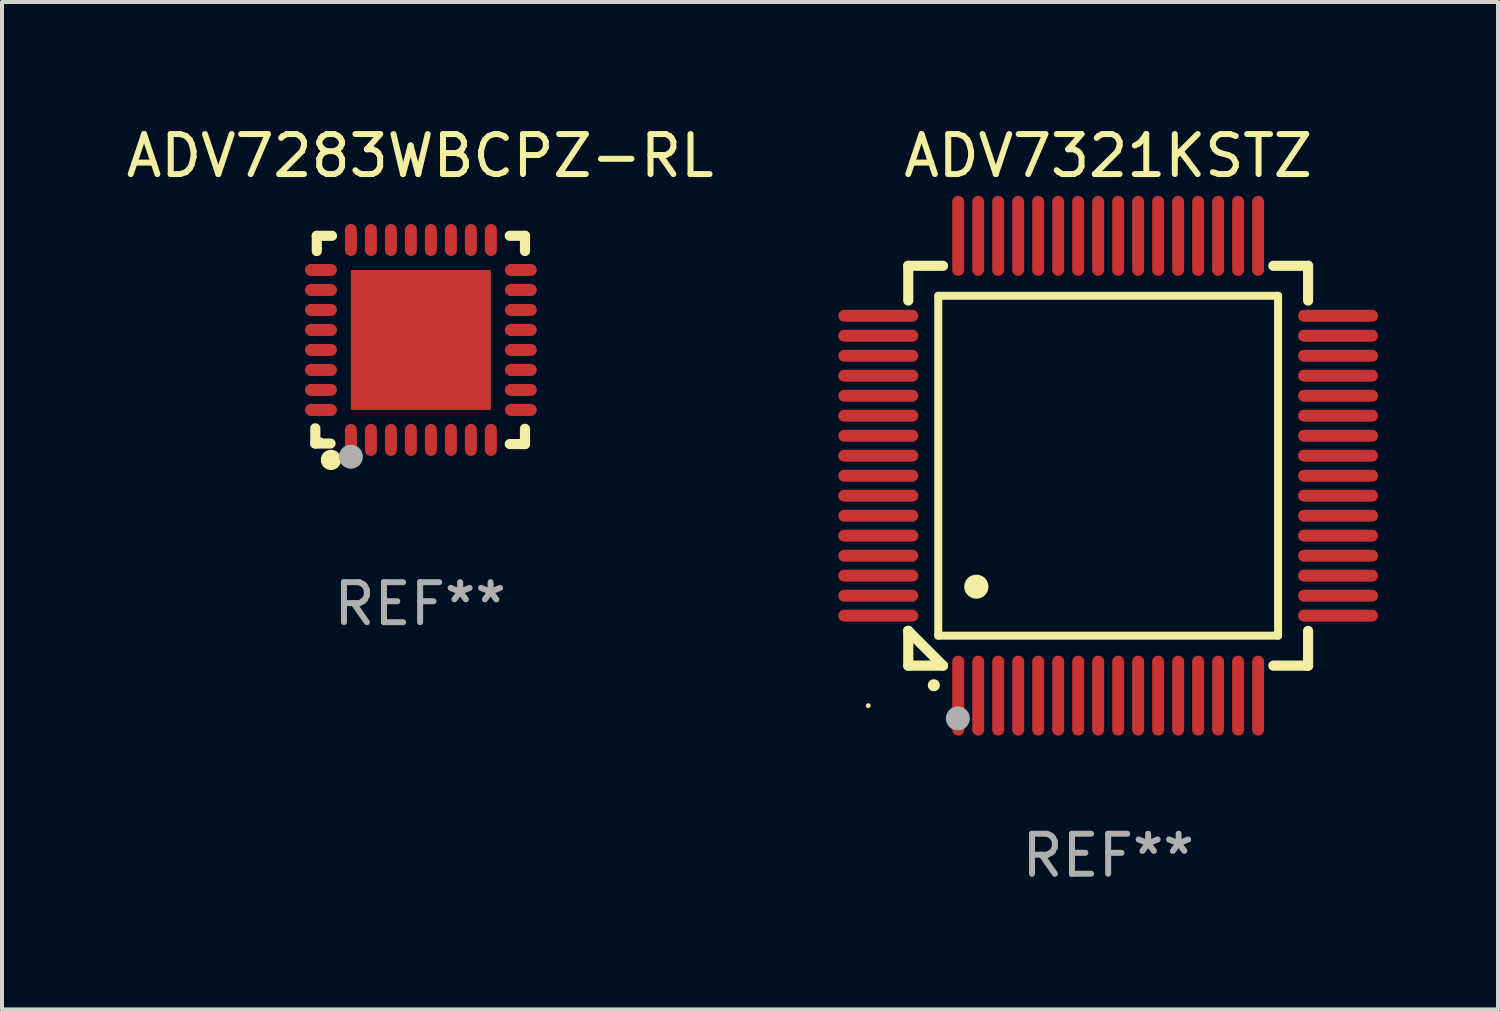
<source format=kicad_pcb>
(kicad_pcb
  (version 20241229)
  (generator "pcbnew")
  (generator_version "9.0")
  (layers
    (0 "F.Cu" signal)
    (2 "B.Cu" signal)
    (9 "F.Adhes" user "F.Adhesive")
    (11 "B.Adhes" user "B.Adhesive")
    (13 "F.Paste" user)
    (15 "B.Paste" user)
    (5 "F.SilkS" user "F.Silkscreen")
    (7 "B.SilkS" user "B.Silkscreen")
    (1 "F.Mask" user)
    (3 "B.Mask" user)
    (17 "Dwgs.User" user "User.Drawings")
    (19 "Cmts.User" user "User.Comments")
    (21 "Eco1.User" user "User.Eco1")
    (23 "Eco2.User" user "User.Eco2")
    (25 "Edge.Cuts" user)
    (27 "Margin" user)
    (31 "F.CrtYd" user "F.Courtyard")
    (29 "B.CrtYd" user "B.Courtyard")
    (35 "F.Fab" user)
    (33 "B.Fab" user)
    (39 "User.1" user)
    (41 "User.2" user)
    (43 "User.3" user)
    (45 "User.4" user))
  (footprint "ADV7321KSTZ"
    (layer "F.Cu")
    (at 24.666 8.598)
    (property "Reference" "ADV7321KSTZ" (at 0 -7.75 0) (layer "F.SilkS") (effects (font (size 1 1) (thickness 0.15))))
    (attr through_hole)
    (fp_line (start -5 -5) (end -4.131 -5) (stroke (width 0.254) (type solid)) (layer "F.SilkS"))
    (fp_line (start -5 -4.131) (end -5 -5) (stroke (width 0.254) (type solid)) (layer "F.SilkS"))
    (fp_line (start -5 4.131) (end -5 4.131) (stroke (width 0.254) (type solid)) (layer "F.SilkS"))
    (fp_line (start -5 5) (end -5 4.131) (stroke (width 0.254) (type solid)) (layer "F.SilkS"))
    (fp_line (start -5 4.131) (end -4.131 5) (stroke (width 0.254) (type solid)) (layer "F.SilkS"))
    (fp_line (start -4.25 -4.25) (end -4.25 4.25) (stroke (width 0.2) (type solid)) (layer "F.SilkS"))
    (fp_line (start -4.25 4.25) (end 4.25 4.25) (stroke (width 0.2) (type solid)) (layer "F.SilkS"))
    (fp_line (start -4.131 5) (end -5 5) (stroke (width 0.254) (type solid)) (layer "F.SilkS"))
    (fp_line (start 4.25 -4.25) (end -4.25 -4.25) (stroke (width 0.2) (type solid)) (layer "F.SilkS"))
    (fp_line (start 4.25 4.25) (end 4.25 -4.25) (stroke (width 0.2) (type solid)) (layer "F.SilkS"))
    (fp_line (start 5 -5) (end 4.131 -5) (stroke (width 0.254) (type solid)) (layer "F.SilkS"))
    (fp_line (start 5 -5) (end 5 -4.131) (stroke (width 0.254) (type solid)) (layer "F.SilkS"))
    (fp_line (start 5 4.131) (end 5 5) (stroke (width 0.254) (type solid)) (layer "F.SilkS"))
    (fp_line (start 5 5) (end 4.131 5) (stroke (width 0.254) (type solid)) (layer "F.SilkS"))
    (fp_arc (start -4.361265 5.489992) (mid -4.359995 5.489987) (end -4.358725 5.489992) (stroke (width 0.3) (type solid)) (layer "F.SilkS"))
    (fp_arc (start -3.299467 3.025146) (mid -3.296927 3.025135) (end -3.294387 3.025146) (stroke (width 0.6) (type solid)) (layer "F.SilkS"))
    (fp_circle (center -6 6) (end -5.97 6) (stroke (width 0.06) (type solid)) (fill no) (layer "F.SilkS"))
    (fp_circle (center -3.76 6.32) (end -3.61 6.32) (stroke (width 0.3) (type solid)) (fill no) (layer "F.Fab"))
    (fp_text user "REF**" (at 0 9.75 0) (layer "F.Fab") (effects (font (size 1 1) (thickness 0.15))))
    (pad "1" smd oval (at -3.75 5.75) (size 0.3 2) (layers "F.Cu" "F.Mask" "F.Paste"))
    (pad "2" smd oval (at -3.25 5.75) (size 0.3 2) (layers "F.Cu" "F.Mask" "F.Paste"))
    (pad "3" smd oval (at -2.75 5.75) (size 0.3 2) (layers "F.Cu" "F.Mask" "F.Paste"))
    (pad "4" smd oval (at -2.25 5.75) (size 0.3 2) (layers "F.Cu" "F.Mask" "F.Paste"))
    (pad "5" smd oval (at -1.75 5.75) (size 0.3 2) (layers "F.Cu" "F.Mask" "F.Paste"))
    (pad "6" smd oval (at -1.25 5.75) (size 0.3 2) (layers "F.Cu" "F.Mask" "F.Paste"))
    (pad "7" smd oval (at -0.75 5.75) (size 0.3 2) (layers "F.Cu" "F.Mask" "F.Paste"))
    (pad "8" smd oval (at -0.25 5.75) (size 0.3 2) (layers "F.Cu" "F.Mask" "F.Paste"))
    (pad "9" smd oval (at 0.25 5.75) (size 0.3 2) (layers "F.Cu" "F.Mask" "F.Paste"))
    (pad "10" smd oval (at 0.75 5.75) (size 0.3 2) (layers "F.Cu" "F.Mask" "F.Paste"))
    (pad "11" smd oval (at 1.25 5.75) (size 0.3 2) (layers "F.Cu" "F.Mask" "F.Paste"))
    (pad "12" smd oval (at 1.75 5.75) (size 0.3 2) (layers "F.Cu" "F.Mask" "F.Paste"))
    (pad "13" smd oval (at 2.25 5.75) (size 0.3 2) (layers "F.Cu" "F.Mask" "F.Paste"))
    (pad "14" smd oval (at 2.75 5.75) (size 0.3 2) (layers "F.Cu" "F.Mask" "F.Paste"))
    (pad "15" smd oval (at 3.25 5.75) (size 0.3 2) (layers "F.Cu" "F.Mask" "F.Paste"))
    (pad "16" smd oval (at 3.75 5.75) (size 0.3 2) (layers "F.Cu" "F.Mask" "F.Paste"))
    (pad "17" smd oval (at 5.75 3.75) (size 2 0.3) (layers "F.Cu" "F.Mask" "F.Paste"))
    (pad "18" smd oval (at 5.75 3.25) (size 2 0.3) (layers "F.Cu" "F.Mask" "F.Paste"))
    (pad "19" smd oval (at 5.75 2.75) (size 2 0.3) (layers "F.Cu" "F.Mask" "F.Paste"))
    (pad "20" smd oval (at 5.75 2.25) (size 2 0.3) (layers "F.Cu" "F.Mask" "F.Paste"))
    (pad "21" smd oval (at 5.75 1.75) (size 2 0.3) (layers "F.Cu" "F.Mask" "F.Paste"))
    (pad "22" smd oval (at 5.75 1.25) (size 2 0.3) (layers "F.Cu" "F.Mask" "F.Paste"))
    (pad "23" smd oval (at 5.75 0.75) (size 2 0.3) (layers "F.Cu" "F.Mask" "F.Paste"))
    (pad "24" smd oval (at 5.75 0.25) (size 2 0.3) (layers "F.Cu" "F.Mask" "F.Paste"))
    (pad "25" smd oval (at 5.75 -0.25) (size 2 0.3) (layers "F.Cu" "F.Mask" "F.Paste"))
    (pad "26" smd oval (at 5.75 -0.75) (size 2 0.3) (layers "F.Cu" "F.Mask" "F.Paste"))
    (pad "27" smd oval (at 5.75 -1.25) (size 2 0.3) (layers "F.Cu" "F.Mask" "F.Paste"))
    (pad "28" smd oval (at 5.75 -1.75) (size 2 0.3) (layers "F.Cu" "F.Mask" "F.Paste"))
    (pad "29" smd oval (at 5.75 -2.25) (size 2 0.3) (layers "F.Cu" "F.Mask" "F.Paste"))
    (pad "30" smd oval (at 5.75 -2.75) (size 2 0.3) (layers "F.Cu" "F.Mask" "F.Paste"))
    (pad "31" smd oval (at 5.75 -3.25) (size 2 0.3) (layers "F.Cu" "F.Mask" "F.Paste"))
    (pad "32" smd oval (at 5.75 -3.75) (size 2 0.3) (layers "F.Cu" "F.Mask" "F.Paste"))
    (pad "33" smd oval (at 3.75 -5.75) (size 0.3 2) (layers "F.Cu" "F.Mask" "F.Paste"))
    (pad "34" smd oval (at 3.25 -5.75) (size 0.3 2) (layers "F.Cu" "F.Mask" "F.Paste"))
    (pad "35" smd oval (at 2.75 -5.75) (size 0.3 2) (layers "F.Cu" "F.Mask" "F.Paste"))
    (pad "36" smd oval (at 2.25 -5.75) (size 0.3 2) (layers "F.Cu" "F.Mask" "F.Paste"))
    (pad "37" smd oval (at 1.75 -5.75) (size 0.3 2) (layers "F.Cu" "F.Mask" "F.Paste"))
    (pad "38" smd oval (at 1.25 -5.75) (size 0.3 2) (layers "F.Cu" "F.Mask" "F.Paste"))
    (pad "39" smd oval (at 0.75 -5.75) (size 0.3 2) (layers "F.Cu" "F.Mask" "F.Paste"))
    (pad "40" smd oval (at 0.25 -5.75) (size 0.3 2) (layers "F.Cu" "F.Mask" "F.Paste"))
    (pad "41" smd oval (at -0.25 -5.75) (size 0.3 2) (layers "F.Cu" "F.Mask" "F.Paste"))
    (pad "42" smd oval (at -0.75 -5.75) (size 0.3 2) (layers "F.Cu" "F.Mask" "F.Paste"))
    (pad "43" smd oval (at -1.25 -5.75) (size 0.3 2) (layers "F.Cu" "F.Mask" "F.Paste"))
    (pad "44" smd oval (at -1.75 -5.75) (size 0.3 2) (layers "F.Cu" "F.Mask" "F.Paste"))
    (pad "45" smd oval (at -2.25 -5.75) (size 0.3 2) (layers "F.Cu" "F.Mask" "F.Paste"))
    (pad "46" smd oval (at -2.75 -5.75) (size 0.3 2) (layers "F.Cu" "F.Mask" "F.Paste"))
    (pad "47" smd oval (at -3.25 -5.75) (size 0.3 2) (layers "F.Cu" "F.Mask" "F.Paste"))
    (pad "48" smd oval (at -3.75 -5.75) (size 0.3 2) (layers "F.Cu" "F.Mask" "F.Paste"))
    (pad "49" smd oval (at -5.75 -3.75) (size 2 0.3) (layers "F.Cu" "F.Mask" "F.Paste"))
    (pad "50" smd oval (at -5.75 -3.25) (size 2 0.3) (layers "F.Cu" "F.Mask" "F.Paste"))
    (pad "51" smd oval (at -5.75 -2.75) (size 2 0.3) (layers "F.Cu" "F.Mask" "F.Paste"))
    (pad "52" smd oval (at -5.75 -2.25) (size 2 0.3) (layers "F.Cu" "F.Mask" "F.Paste"))
    (pad "53" smd oval (at -5.75 -1.75) (size 2 0.3) (layers "F.Cu" "F.Mask" "F.Paste"))
    (pad "54" smd oval (at -5.75 -1.25) (size 2 0.3) (layers "F.Cu" "F.Mask" "F.Paste"))
    (pad "55" smd oval (at -5.75 -0.75) (size 2 0.3) (layers "F.Cu" "F.Mask" "F.Paste"))
    (pad "56" smd oval (at -5.75 -0.25) (size 2 0.3) (layers "F.Cu" "F.Mask" "F.Paste"))
    (pad "57" smd oval (at -5.75 0.25) (size 2 0.3) (layers "F.Cu" "F.Mask" "F.Paste"))
    (pad "58" smd oval (at -5.75 0.75) (size 2 0.3) (layers "F.Cu" "F.Mask" "F.Paste"))
    (pad "59" smd oval (at -5.75 1.25) (size 2 0.3) (layers "F.Cu" "F.Mask" "F.Paste"))
    (pad "60" smd oval (at -5.75 1.75) (size 2 0.3) (layers "F.Cu" "F.Mask" "F.Paste"))
    (pad "61" smd oval (at -5.75 2.25) (size 2 0.3) (layers "F.Cu" "F.Mask" "F.Paste"))
    (pad "62" smd oval (at -5.75 2.75) (size 2 0.3) (layers "F.Cu" "F.Mask" "F.Paste"))
    (pad "63" smd oval (at -5.75 3.25) (size 2 0.3) (layers "F.Cu" "F.Mask" "F.Paste"))
    (pad "64" smd oval (at -5.75 3.75) (size 2 0.3) (layers "F.Cu" "F.Mask" "F.Paste")))
  (footprint "ADV7283WBCPZ-RL"
    (layer "F.Cu")
    (at 7.458 5.452)
    (property "Reference" "ADV7283WBCPZ-RL" (at 0 -4.604 0) (layer "F.SilkS") (effects (font (size 1 1) (thickness 0.15))))
    (attr through_hole)
    (fp_line (start -2.622 2.21) (end -2.622 2.591) (stroke (width 0.254) (type solid)) (layer "F.SilkS"))
    (fp_line (start -2.622 2.591) (end -2.241 2.591) (stroke (width 0.254) (type solid)) (layer "F.SilkS"))
    (fp_line (start -2.585 -2.604) (end -2.585 -2.223) (stroke (width 0.254) (type solid)) (layer "F.SilkS"))
    (fp_line (start -2.204 -2.604) (end -2.585 -2.604) (stroke (width 0.254) (type solid)) (layer "F.SilkS"))
    (fp_line (start 2.241 2.604) (end 2.622 2.604) (stroke (width 0.254) (type solid)) (layer "F.SilkS"))
    (fp_line (start 2.622 -2.604) (end 2.241 -2.604) (stroke (width 0.254) (type solid)) (layer "F.SilkS"))
    (fp_line (start 2.622 -2.223) (end 2.622 -2.604) (stroke (width 0.254) (type solid)) (layer "F.SilkS"))
    (fp_line (start 2.622 2.604) (end 2.622 2.223) (stroke (width 0.254) (type solid)) (layer "F.SilkS"))
    (fp_circle (center -2.481 2.5) (end -2.451 2.5) (stroke (width 0.06) (type solid)) (fill no) (layer "F.SilkS"))
    (fp_circle (center -2.231 3) (end -2.104 3) (stroke (width 0.254) (type solid)) (fill no) (layer "F.SilkS"))
    (fp_circle (center -1.733 2.921) (end -1.583 2.921) (stroke (width 0.3) (type solid)) (fill no) (layer "F.Fab"))
    (fp_text user "REF**" (at 0 6.604 0) (layer "F.Fab") (effects (font (size 1 1) (thickness 0.15))))
    (pad "1" smd oval (at -1.731 2.5 90) (size 0.8 0.3) (layers "F.Cu" "F.Mask" "F.Paste"))
    (pad "2" smd oval (at -1.231 2.5 90) (size 0.8 0.3) (layers "F.Cu" "F.Mask" "F.Paste"))
    (pad "3" smd oval (at -0.731 2.5 90) (size 0.8 0.3) (layers "F.Cu" "F.Mask" "F.Paste"))
    (pad "4" smd oval (at -0.231 2.5 90) (size 0.8 0.3) (layers "F.Cu" "F.Mask" "F.Paste"))
    (pad "5" smd oval (at 0.269 2.5 90) (size 0.8 0.3) (layers "F.Cu" "F.Mask" "F.Paste"))
    (pad "6" smd oval (at 0.769 2.5 90) (size 0.8 0.3) (layers "F.Cu" "F.Mask" "F.Paste"))
    (pad "7" smd oval (at 1.269 2.5 90) (size 0.8 0.3) (layers "F.Cu" "F.Mask" "F.Paste"))
    (pad "8" smd oval (at 1.769 2.5 90) (size 0.8 0.3) (layers "F.Cu" "F.Mask" "F.Paste"))
    (pad "9" smd oval (at 2.519 1.75 180) (size 0.8 0.3) (layers "F.Cu" "F.Mask" "F.Paste"))
    (pad "10" smd oval (at 2.519 1.25 180) (size 0.8 0.3) (layers "F.Cu" "F.Mask" "F.Paste"))
    (pad "11" smd oval (at 2.519 0.75 180) (size 0.8 0.3) (layers "F.Cu" "F.Mask" "F.Paste"))
    (pad "12" smd oval (at 2.519 0.25 180) (size 0.8 0.3) (layers "F.Cu" "F.Mask" "F.Paste"))
    (pad "13" smd oval (at 2.519 -0.25 180) (size 0.8 0.3) (layers "F.Cu" "F.Mask" "F.Paste"))
    (pad "14" smd oval (at 2.519 -0.75 180) (size 0.8 0.3) (layers "F.Cu" "F.Mask" "F.Paste"))
    (pad "15" smd oval (at 2.519 -1.25 180) (size 0.8 0.3) (layers "F.Cu" "F.Mask" "F.Paste"))
    (pad "16" smd oval (at 2.519 -1.75 180) (size 0.8 0.3) (layers "F.Cu" "F.Mask" "F.Paste"))
    (pad "17" smd oval (at 1.769 -2.5 270) (size 0.8 0.3) (layers "F.Cu" "F.Mask" "F.Paste"))
    (pad "18" smd oval (at 1.269 -2.5 270) (size 0.8 0.3) (layers "F.Cu" "F.Mask" "F.Paste"))
    (pad "19" smd oval (at 0.769 -2.5 270) (size 0.8 0.3) (layers "F.Cu" "F.Mask" "F.Paste"))
    (pad "20" smd oval (at 0.269 -2.5 270) (size 0.8 0.3) (layers "F.Cu" "F.Mask" "F.Paste"))
    (pad "21" smd oval (at -0.231 -2.5 270) (size 0.8 0.3) (layers "F.Cu" "F.Mask" "F.Paste"))
    (pad "22" smd oval (at -0.731 -2.5 270) (size 0.8 0.3) (layers "F.Cu" "F.Mask" "F.Paste"))
    (pad "23" smd oval (at -1.231 -2.5 270) (size 0.8 0.3) (layers "F.Cu" "F.Mask" "F.Paste"))
    (pad "24" smd oval (at -1.731 -2.5 270) (size 0.8 0.3) (layers "F.Cu" "F.Mask" "F.Paste"))
    (pad "25" smd oval (at -2.481 -1.75) (size 0.8 0.3) (layers "F.Cu" "F.Mask" "F.Paste"))
    (pad "26" smd oval (at -2.481 -1.25) (size 0.8 0.3) (layers "F.Cu" "F.Mask" "F.Paste"))
    (pad "27" smd oval (at -2.481 -0.75) (size 0.8 0.3) (layers "F.Cu" "F.Mask" "F.Paste"))
    (pad "28" smd oval (at -2.481 -0.25) (size 0.8 0.3) (layers "F.Cu" "F.Mask" "F.Paste"))
    (pad "29" smd oval (at -2.481 0.25) (size 0.8 0.3) (layers "F.Cu" "F.Mask" "F.Paste"))
    (pad "30" smd oval (at -2.481 0.75) (size 0.8 0.3) (layers "F.Cu" "F.Mask" "F.Paste"))
    (pad "31" smd oval (at -2.481 1.25) (size 0.8 0.3) (layers "F.Cu" "F.Mask" "F.Paste"))
    (pad "32" smd oval (at -2.481 1.75) (size 0.8 0.3) (layers "F.Cu" "F.Mask" "F.Paste"))
    (pad "33" smd rect (at 0.019 -0.000025 90) (size 3.5 3.5) (layers "F.Cu" "F.Mask" "F.Paste")))
  (gr_rect
    (start -3 -3)
    (end 34.416 22.196)
    (stroke (width 0.1) (type default))
    (fill no)
    (layer "Edge.Cuts")))
</source>
